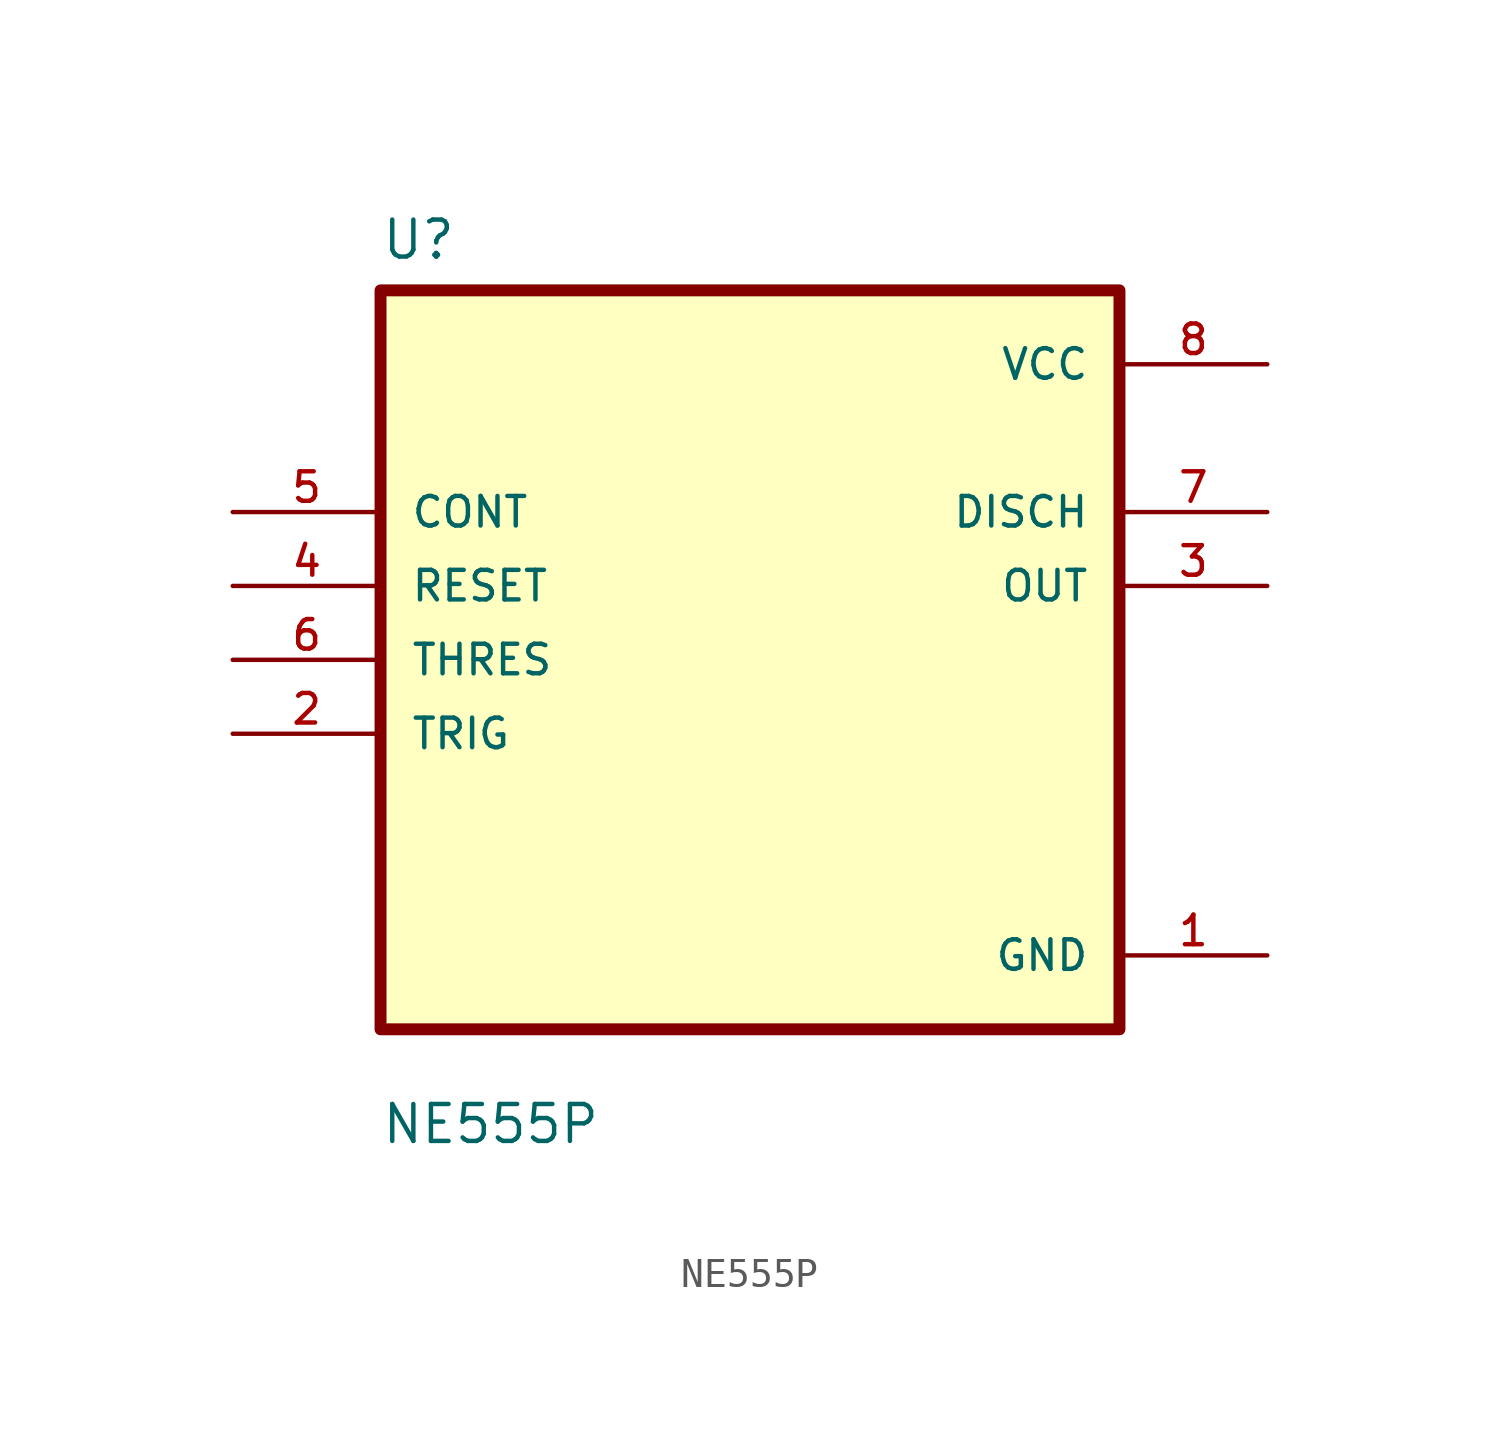
<source format=kicad_sym>
(kicad_symbol_lib
  (version 20211014)
  (generator kicad_symbol_editor)
  (symbol "NE555P"
    (pin_names
      (offset 1.016))
    (property "Reference" "U"
      (at -12.7 13.7 0.0)
      (effects (font (size 1.27 1.27)) (justify bottom left)))
    (property "Value" "NE555P"
      (at -12.7 -16.7 0.0)
      (effects (font (size 1.27 1.27)) (justify bottom left)))
    (symbol "NE555P_0_0"
      (rectangle (start -12.7 -12.7) (end 12.7 12.7) (stroke (width 0.41)) (fill (type background)))
      (pin input line (at -17.78 5.08 0) (length 5.08) (name "CONT" (effects (font (size 1.016 1.016)))) (number "5" (effects (font (size 1.016 1.016)))))
      (pin input line (at -17.78 2.54 0) (length 5.08) (name "RESET" (effects (font (size 1.016 1.016)))) (number "4" (effects (font (size 1.016 1.016)))))
      (pin input line (at -17.78 -8.88178e-16 0) (length 5.08) (name "THRES" (effects (font (size 1.016 1.016)))) (number "6" (effects (font (size 1.016 1.016)))))
      (pin input line (at -17.78 -2.54 0) (length 5.08) (name "TRIG" (effects (font (size 1.016 1.016)))) (number "2" (effects (font (size 1.016 1.016)))))
      (pin power_in line (at 17.78 10.16 180.0) (length 5.08) (name "VCC" (effects (font (size 1.016 1.016)))) (number "8" (effects (font (size 1.016 1.016)))))
      (pin output line (at 17.78 5.08 180.0) (length 5.08) (name "DISCH" (effects (font (size 1.016 1.016)))) (number "7" (effects (font (size 1.016 1.016)))))
      (pin output line (at 17.78 2.54 180.0) (length 5.08) (name "OUT" (effects (font (size 1.016 1.016)))) (number "3" (effects (font (size 1.016 1.016)))))
      (pin power_in line (at 17.78 -10.16 180.0) (length 5.08) (name "GND" (effects (font (size 1.016 1.016)))) (number "1" (effects (font (size 1.016 1.016))))))))
</source>
